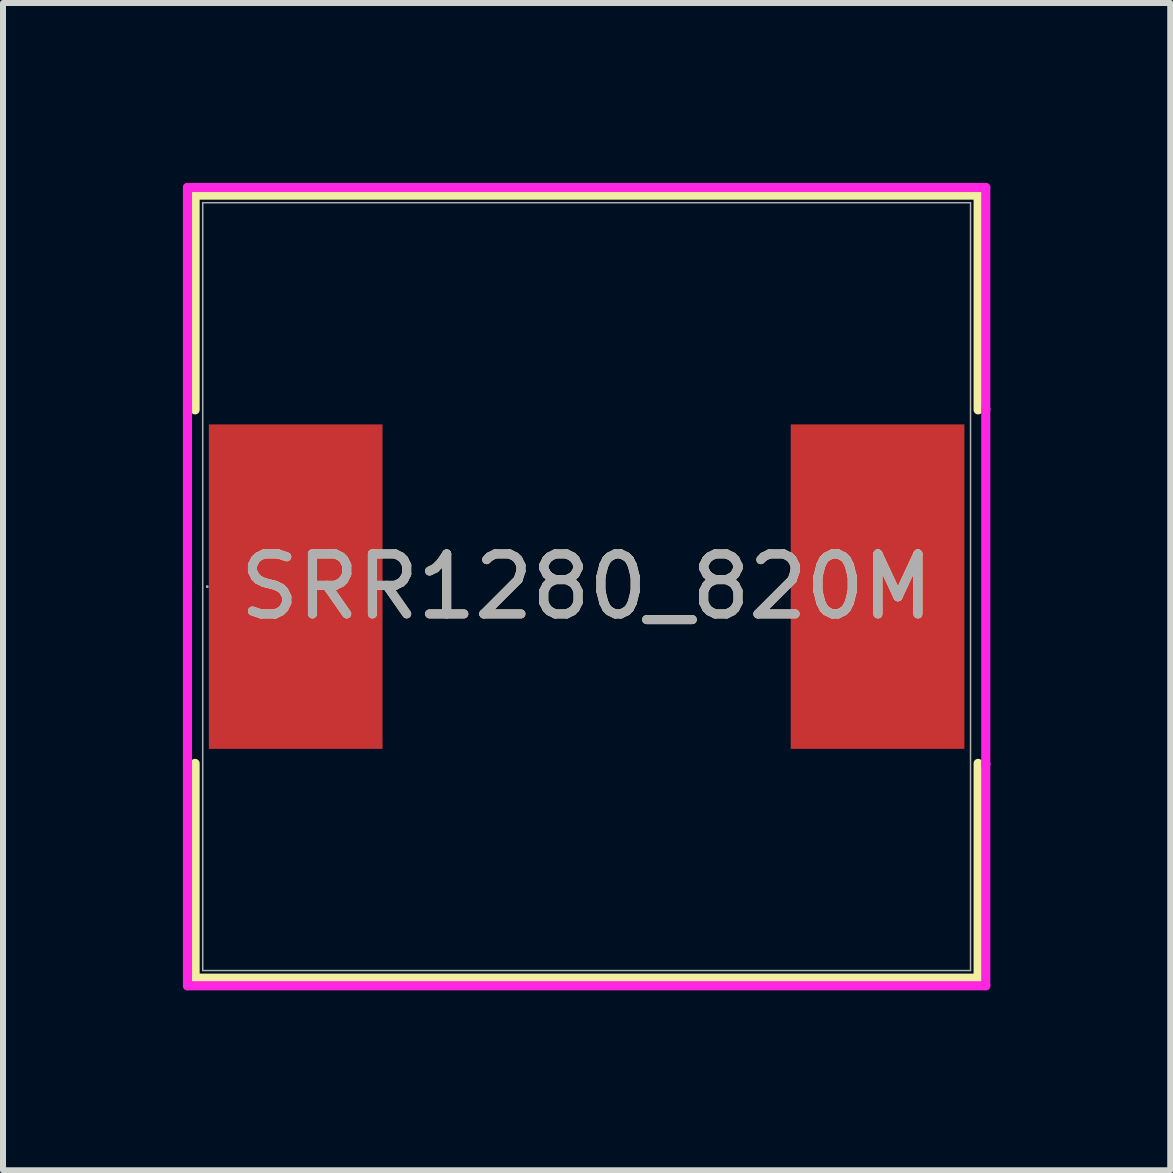
<source format=kicad_pcb>
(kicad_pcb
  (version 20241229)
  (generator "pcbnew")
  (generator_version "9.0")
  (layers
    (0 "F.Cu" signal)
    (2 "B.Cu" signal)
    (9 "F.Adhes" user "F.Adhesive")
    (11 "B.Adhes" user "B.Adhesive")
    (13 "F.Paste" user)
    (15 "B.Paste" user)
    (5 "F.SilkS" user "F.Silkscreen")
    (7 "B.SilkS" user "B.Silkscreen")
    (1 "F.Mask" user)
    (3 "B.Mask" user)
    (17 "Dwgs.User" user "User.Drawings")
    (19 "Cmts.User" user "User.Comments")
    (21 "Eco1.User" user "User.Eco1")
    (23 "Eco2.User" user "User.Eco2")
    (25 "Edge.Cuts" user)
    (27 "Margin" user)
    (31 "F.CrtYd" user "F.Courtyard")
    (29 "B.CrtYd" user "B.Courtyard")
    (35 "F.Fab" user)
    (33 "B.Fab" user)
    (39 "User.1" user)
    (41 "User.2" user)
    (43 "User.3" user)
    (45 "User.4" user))
  (footprint "SRR1280_820M"
    (layer "F.Cu")
    (at 6.731 6.731)
    (property "Reference" "SRR1280_820M" (at 0 0 0) (unlocked yes) (layer "F.SilkS") (effects (font (size 1 1) (thickness 0.15))))
    (attr smd)
    (fp_line (start -6.528 -6.528) (end -6.528 -2.947) (stroke (width 0.152) (type solid)) (layer "F.SilkS"))
    (fp_line (start -6.528 2.947) (end -6.528 6.528) (stroke (width 0.152) (type solid)) (layer "F.SilkS"))
    (fp_line (start -6.528 6.528) (end 6.528 6.528) (stroke (width 0.152) (type solid)) (layer "F.SilkS"))
    (fp_line (start 6.528 -6.528) (end -6.528 -6.528) (stroke (width 0.152) (type solid)) (layer "F.SilkS"))
    (fp_line (start 6.528 -2.947) (end 6.528 -6.528) (stroke (width 0.152) (type solid)) (layer "F.SilkS"))
    (fp_line (start 6.528 6.528) (end 6.528 2.947) (stroke (width 0.152) (type solid)) (layer "F.SilkS"))
    (fp_line (start -6.655 -6.655) (end 6.655 -6.655) (stroke (width 0.152) (type solid)) (layer "F.CrtYd"))
    (fp_line (start -6.655 -2.959) (end -6.655 -6.655) (stroke (width 0.152) (type solid)) (layer "F.CrtYd"))
    (fp_line (start -6.655 -2.959) (end -6.655 -2.959) (stroke (width 0.152) (type solid)) (layer "F.CrtYd"))
    (fp_line (start -6.655 2.959) (end -6.655 -2.959) (stroke (width 0.152) (type solid)) (layer "F.CrtYd"))
    (fp_line (start -6.655 2.959) (end -6.655 2.959) (stroke (width 0.152) (type solid)) (layer "F.CrtYd"))
    (fp_line (start -6.655 6.655) (end -6.655 2.959) (stroke (width 0.152) (type solid)) (layer "F.CrtYd"))
    (fp_line (start 6.655 -6.655) (end 6.655 -2.959) (stroke (width 0.152) (type solid)) (layer "F.CrtYd"))
    (fp_line (start 6.655 -2.959) (end 6.655 -2.959) (stroke (width 0.152) (type solid)) (layer "F.CrtYd"))
    (fp_line (start 6.655 -2.959) (end 6.655 2.959) (stroke (width 0.152) (type solid)) (layer "F.CrtYd"))
    (fp_line (start 6.655 2.959) (end 6.655 2.959) (stroke (width 0.152) (type solid)) (layer "F.CrtYd"))
    (fp_line (start 6.655 2.959) (end 6.655 6.655) (stroke (width 0.152) (type solid)) (layer "F.CrtYd"))
    (fp_line (start 6.655 6.655) (end -6.655 6.655) (stroke (width 0.152) (type solid)) (layer "F.CrtYd"))
    (fp_line (start -6.401 -6.401) (end -6.401 6.401) (stroke (width 0.025) (type solid)) (layer "F.Fab"))
    (fp_line (start -6.401 6.401) (end 6.401 6.401) (stroke (width 0.025) (type solid)) (layer "F.Fab"))
    (fp_line (start 6.401 -6.401) (end -6.401 -6.401) (stroke (width 0.025) (type solid)) (layer "F.Fab"))
    (fp_line (start 6.401 6.401) (end 6.401 -6.401) (stroke (width 0.025) (type solid)) (layer "F.Fab"))
    (fp_circle (center -6.325 0) (end -6.325 0) (stroke (width 0.025) (type solid)) (fill no) (layer "F.Fab"))
    (fp_text user "${REFERENCE}" (at 0 0 0) (unlocked yes) (layer "F.Fab") (effects (font (size 1 1) (thickness 0.15))))
    (pad "1" smd rect (at -4.851 0) (size 2.896 5.41) (layers "F.Cu" "F.Mask" "F.Paste"))
    (pad "2" smd rect (at 4.851 0) (size 2.896 5.41) (layers "F.Cu" "F.Mask" "F.Paste"))
    (zone (net_name "") (layer "F.Cu") (hatch full 0.508) (connect_pads) (min_thickness 0.254) (filled_areas_thickness no) (keepout (tracks not_allowed) (vias not_allowed) (pads allowed) (copperpour not_allowed) (footprints allowed)) (placement (enabled no)) (fill) (polygon (pts (xy 3.378 0.381) (xy 10.084 0.381) (xy 10.084 13.081) (xy 3.378 13.081)))))
  (gr_rect
    (start -3 -3)
    (end 16.462 16.462)
    (stroke (width 0.1) (type default))
    (fill no)
    (layer "Edge.Cuts")))
</source>
